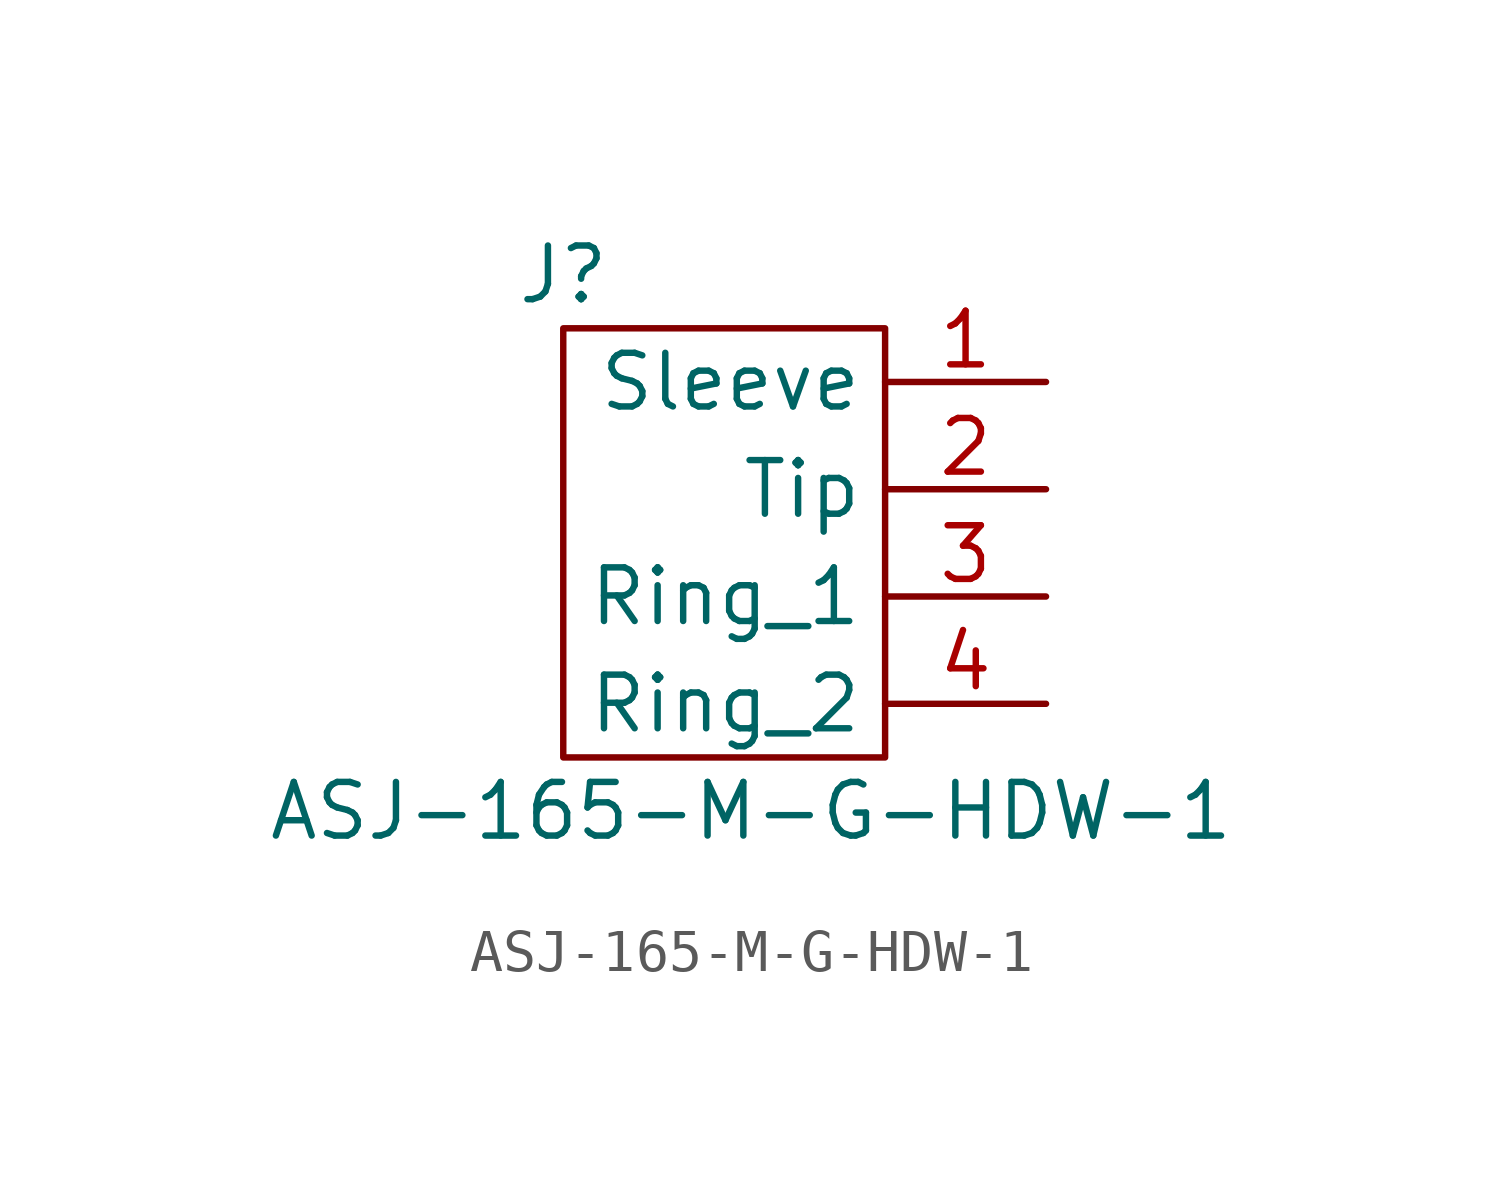
<source format=kicad_sym>
(kicad_symbol_lib
  (version 20211014)
  (generator kicad_symbol_editor)
  (symbol "ASJ-165-M-G-HDW-1"
    (property "Reference" "J"
      (at -3.81 6.35 0)
      (effects (font (size 1.27 1.27))))
    (property "Value" "ASJ-165-M-G-HDW-1"
      (at 0.635 -6.35 0)
      (effects (font (size 1.27 1.27))))
    (symbol "ASJ-165-M-G-HDW-1_0_1"
      (rectangle (start -3.81 5.08) (end 3.81 -5.08) (stroke (width 0) (type default) (color 0 0 0 0)) (fill (type none))))
    (symbol "ASJ-165-M-G-HDW-1_1_1"
      (pin passive line (at 7.62 3.81 180) (length 3.81) (name "Sleeve" (effects (font (size 1.27 1.27)))) (number "1" (effects (font (size 1.27 1.27)))))
      (pin passive line (at 7.62 1.27 180) (length 3.81) (name "Tip" (effects (font (size 1.27 1.27)))) (number "2" (effects (font (size 1.27 1.27)))))
      (pin passive line (at 7.62 -1.27 180) (length 3.81) (name "Ring_1" (effects (font (size 1.27 1.27)))) (number "3" (effects (font (size 1.27 1.27)))))
      (pin passive line (at 7.62 -3.81 180) (length 3.81) (name "Ring_2" (effects (font (size 1.27 1.27)))) (number "4" (effects (font (size 1.27 1.27))))))))
</source>
